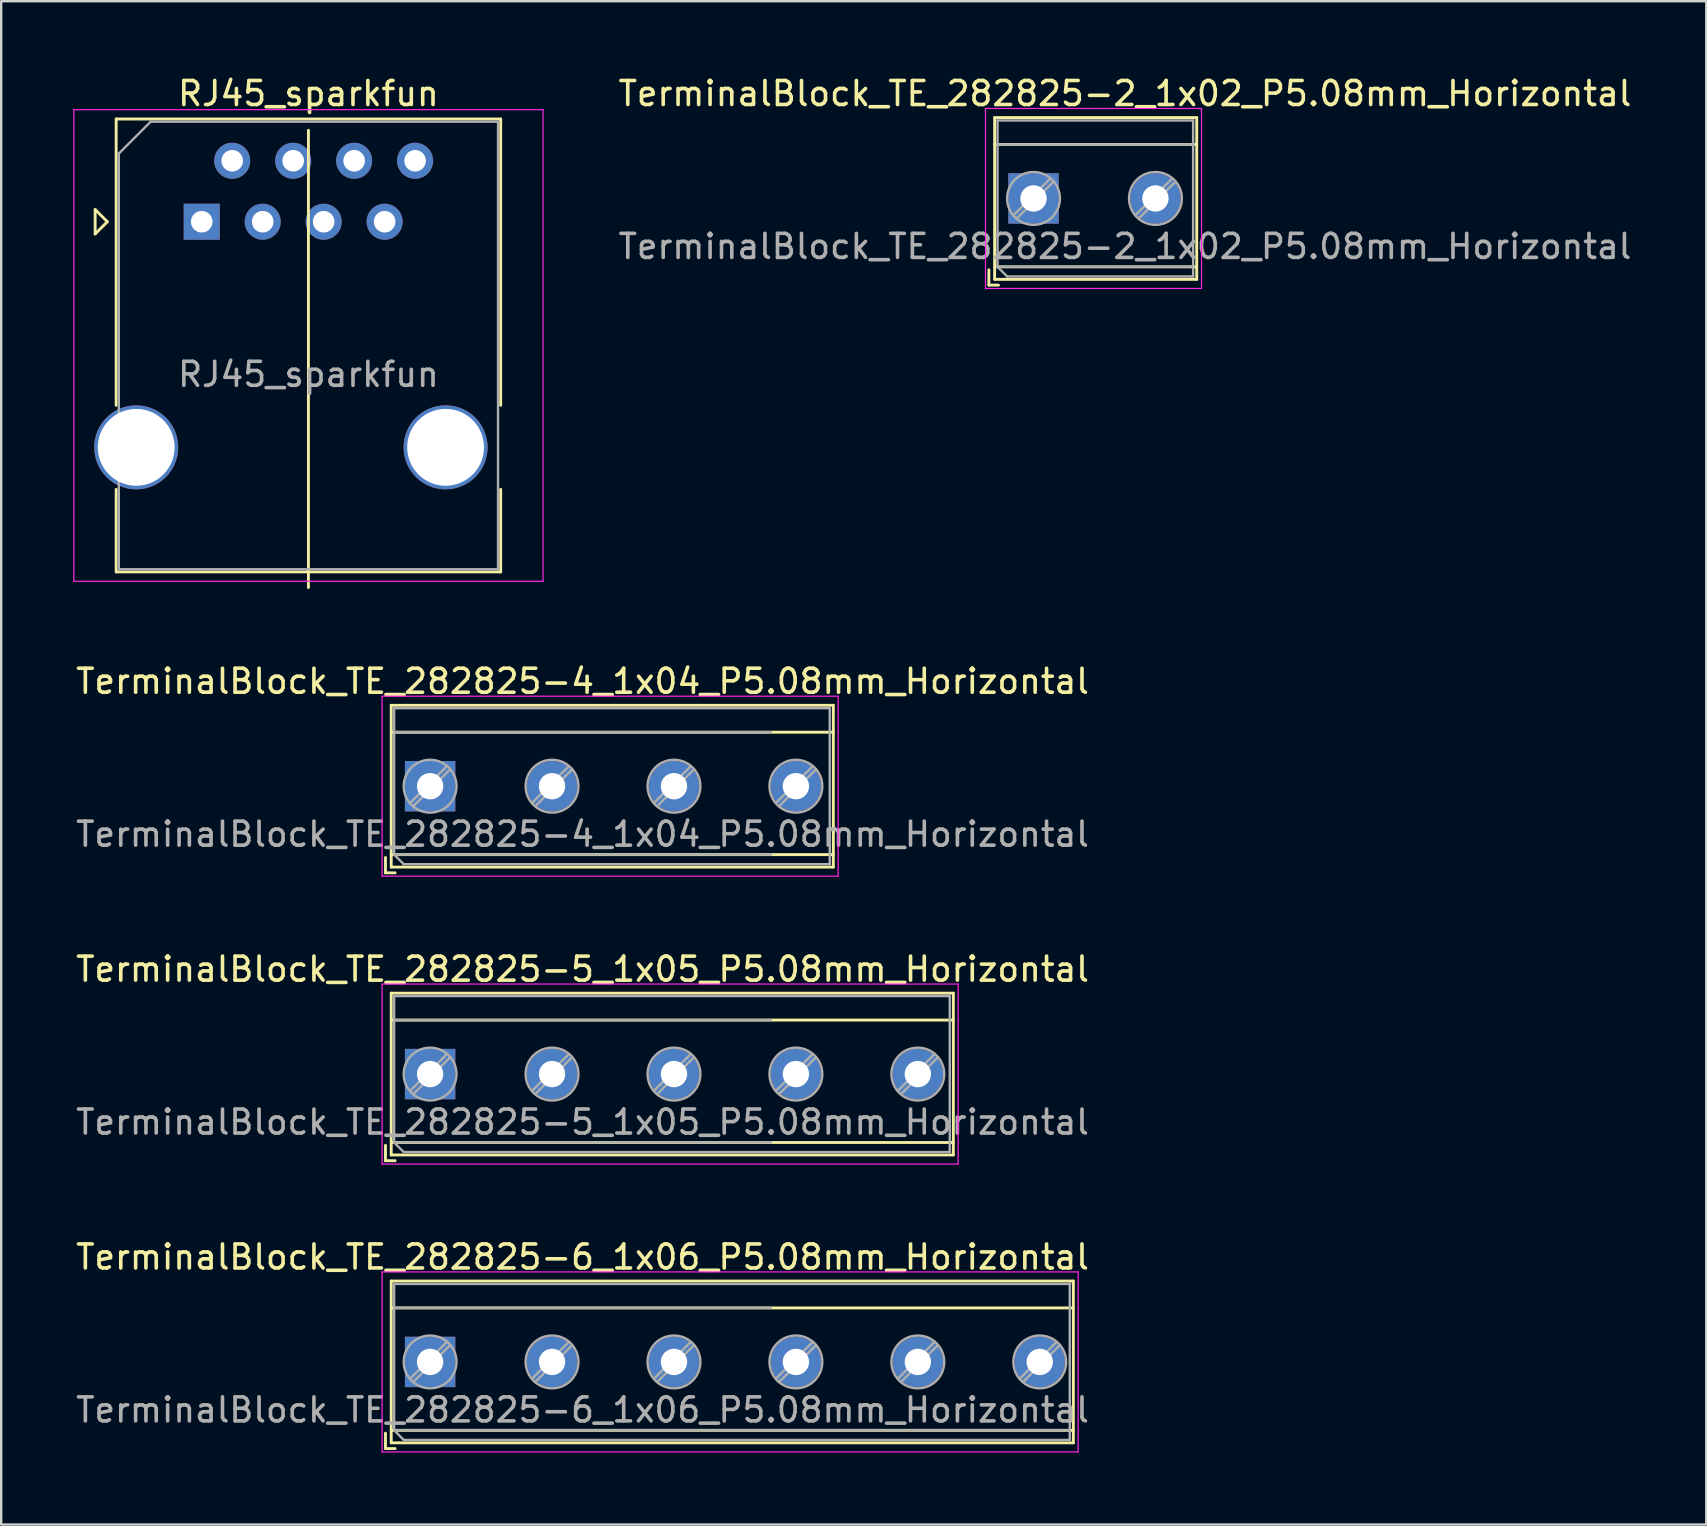
<source format=kicad_pcb>
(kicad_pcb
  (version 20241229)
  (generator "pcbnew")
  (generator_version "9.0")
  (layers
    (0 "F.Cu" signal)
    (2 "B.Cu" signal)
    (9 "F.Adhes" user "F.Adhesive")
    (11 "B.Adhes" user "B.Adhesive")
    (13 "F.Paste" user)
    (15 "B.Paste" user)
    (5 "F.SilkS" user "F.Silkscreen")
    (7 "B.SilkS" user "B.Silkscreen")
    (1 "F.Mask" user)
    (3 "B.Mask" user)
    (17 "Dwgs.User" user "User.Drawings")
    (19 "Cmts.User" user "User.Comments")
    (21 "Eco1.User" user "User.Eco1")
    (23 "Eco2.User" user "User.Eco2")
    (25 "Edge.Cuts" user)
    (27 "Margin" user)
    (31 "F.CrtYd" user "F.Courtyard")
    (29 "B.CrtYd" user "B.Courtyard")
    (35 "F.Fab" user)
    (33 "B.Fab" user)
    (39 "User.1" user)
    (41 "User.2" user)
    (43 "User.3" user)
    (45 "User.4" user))
  (footprint "RJ45_sparkfun"
    (layer "F.Cu")
    (at 5.355 6.188)
    (property "Reference" "RJ45_sparkfun" (at 4.445 -5.34 0) (layer "F.SilkS") (effects (font (size 1 1) (thickness 0.15))))
    (attr through_hole)
    (fp_line (start -4.441 -0.508) (end -4.441 0.508) (stroke (width 0.12) (type solid)) (layer "F.SilkS"))
    (fp_line (start -4.441 0.508) (end -3.933 0) (stroke (width 0.12) (type solid)) (layer "F.SilkS"))
    (fp_line (start -3.933 0) (end -4.441 -0.508) (stroke (width 0.12) (type solid)) (layer "F.SilkS"))
    (fp_line (start -3.565 -4.28) (end -3.565 7.65) (stroke (width 0.12) (type solid)) (layer "F.SilkS"))
    (fp_line (start -3.565 11.15) (end -3.565 14.59) (stroke (width 0.12) (type solid)) (layer "F.SilkS"))
    (fp_line (start 4.445 -3.81) (end 4.445 15.24) (stroke (width 0.12) (type solid)) (layer "F.SilkS"))
    (fp_line (start 12.455 -4.28) (end -3.565 -4.28) (stroke (width 0.12) (type solid)) (layer "F.SilkS"))
    (fp_line (start 12.455 -4.28) (end 12.455 7.65) (stroke (width 0.12) (type solid)) (layer "F.SilkS"))
    (fp_line (start 12.455 11.15) (end 12.455 14.59) (stroke (width 0.12) (type solid)) (layer "F.SilkS"))
    (fp_line (start 12.455 14.59) (end -3.565 14.59) (stroke (width 0.12) (type solid)) (layer "F.SilkS"))
    (fp_line (start -5.33 -4.67) (end 14.22 -4.67) (stroke (width 0.05) (type solid)) (layer "F.CrtYd"))
    (fp_line (start -5.33 14.98) (end -5.33 -4.67) (stroke (width 0.05) (type solid)) (layer "F.CrtYd"))
    (fp_line (start 14.22 -4.67) (end 14.22 14.98) (stroke (width 0.05) (type solid)) (layer "F.CrtYd"))
    (fp_line (start 14.22 14.98) (end -5.33 14.98) (stroke (width 0.05) (type solid)) (layer "F.CrtYd"))
    (fp_line (start -3.455 -2.84) (end -3.455 14.48) (stroke (width 0.1) (type solid)) (layer "F.Fab"))
    (fp_line (start -3.455 -2.84) (end -2.125 -4.17) (stroke (width 0.1) (type solid)) (layer "F.Fab"))
    (fp_line (start 12.345 -4.17) (end -2.125 -4.17) (stroke (width 0.1) (type solid)) (layer "F.Fab"))
    (fp_line (start 12.345 14.48) (end -3.455 14.48) (stroke (width 0.1) (type solid)) (layer "F.Fab"))
    (fp_line (start 12.345 14.48) (end 12.345 -4.17) (stroke (width 0.1) (type solid)) (layer "F.Fab"))
    (fp_text user "${REFERENCE}" (at 4.445 6.36 0) (layer "F.Fab") (effects (font (size 1 1) (thickness 0.15))))
    (pad "1" thru_hole rect (at 0 0 180) (size 1.5 1.5) (drill 0.9) (layers "*.Cu" "*.Mask"))
    (pad "2" thru_hole circle (at 1.27 -2.54 180) (size 1.5 1.5) (drill 0.9) (layers "*.Cu" "*.Mask"))
    (pad "3" thru_hole circle (at 2.54 0 180) (size 1.5 1.5) (drill 0.9) (layers "*.Cu" "*.Mask"))
    (pad "4" thru_hole circle (at 3.81 -2.54 180) (size 1.5 1.5) (drill 0.9) (layers "*.Cu" "*.Mask"))
    (pad "5" thru_hole circle (at 5.08 0 180) (size 1.5 1.5) (drill 0.9) (layers "*.Cu" "*.Mask"))
    (pad "6" thru_hole circle (at 6.35 -2.54 180) (size 1.5 1.5) (drill 0.9) (layers "*.Cu" "*.Mask"))
    (pad "7" thru_hole circle (at 7.62 0 180) (size 1.5 1.5) (drill 0.9) (layers "*.Cu" "*.Mask"))
    (pad "8" thru_hole circle (at 8.89 -2.54 180) (size 1.5 1.5) (drill 0.9) (layers "*.Cu" "*.Mask"))
    (pad "SH" thru_hole circle (at -2.73 9.4) (size 3.5 3.5) (drill 3.2) (layers "*.Cu" "*.Mask"))
    (pad "SH" thru_hole circle (at 10.16 9.4 180) (size 3.5 3.5) (drill 3.2) (layers "*.Cu" "*.Mask")))
  (footprint "TerminalBlock_TE_282825-2_1x02_P5.08mm_Horizontal"
    (layer "F.Cu")
    (at 40.01 5.218)
    (property "Reference" "TerminalBlock_TE_282825-2_1x02_P5.08mm_Horizontal" (at 3.81 -4.37 0) (layer "F.SilkS") (effects (font (size 1 1) (thickness 0.15))))
    (attr through_hole)
    (fp_line (start -1.86 2.97) (end -1.86 3.61) (stroke (width 0.12) (type solid)) (layer "F.SilkS"))
    (fp_line (start -1.86 3.61) (end -1.46 3.61) (stroke (width 0.12) (type solid)) (layer "F.SilkS"))
    (fp_line (start -1.62 -3.37) (end -1.62 3.37) (stroke (width 0.12) (type solid)) (layer "F.SilkS"))
    (fp_line (start -1.62 -3.37) (end 6.8 -3.37) (stroke (width 0.12) (type solid)) (layer "F.SilkS"))
    (fp_line (start -1.62 -2.25) (end 6.8 -2.25) (stroke (width 0.12) (type solid)) (layer "F.SilkS"))
    (fp_line (start -1.62 2.85) (end 6.8 2.85) (stroke (width 0.12) (type solid)) (layer "F.SilkS"))
    (fp_line (start -1.62 3.37) (end 6.8 3.37) (stroke (width 0.12) (type solid)) (layer "F.SilkS"))
    (fp_line (start 6.8 -3.37) (end 6.8 3.37) (stroke (width 0.12) (type solid)) (layer "F.SilkS"))
    (fp_line (start -2 -3.75) (end -2 3.75) (stroke (width 0.05) (type solid)) (layer "F.CrtYd"))
    (fp_line (start -2 3.75) (end 7 3.75) (stroke (width 0.05) (type solid)) (layer "F.CrtYd"))
    (fp_line (start 7 -3.75) (end -2 -3.75) (stroke (width 0.05) (type solid)) (layer "F.CrtYd"))
    (fp_line (start 7 3.75) (end 7 -3.75) (stroke (width 0.05) (type solid)) (layer "F.CrtYd"))
    (fp_line (start -1.5 -3.25) (end 6.65 -3.25) (stroke (width 0.1) (type solid)) (layer "F.Fab"))
    (fp_line (start -1.5 -2.25) (end 6.65 -2.25) (stroke (width 0.1) (type solid)) (layer "F.Fab"))
    (fp_line (start -1.5 2.85) (end -1.5 -3.25) (stroke (width 0.1) (type solid)) (layer "F.Fab"))
    (fp_line (start -1.5 2.85) (end 6.65 2.85) (stroke (width 0.1) (type solid)) (layer "F.Fab"))
    (fp_line (start -1.1 3.25) (end -1.5 2.85) (stroke (width 0.1) (type solid)) (layer "F.Fab"))
    (fp_line (start 0.701 -0.835) (end -0.835 0.7) (stroke (width 0.1) (type solid)) (layer "F.Fab"))
    (fp_line (start 0.835 -0.7) (end -0.701 0.835) (stroke (width 0.1) (type solid)) (layer "F.Fab"))
    (fp_line (start 5.781 -0.835) (end 4.246 0.7) (stroke (width 0.1) (type solid)) (layer "F.Fab"))
    (fp_line (start 5.915 -0.7) (end 4.38 0.835) (stroke (width 0.1) (type solid)) (layer "F.Fab"))
    (fp_line (start 6.65 -3.25) (end 6.65 3.25) (stroke (width 0.1) (type solid)) (layer "F.Fab"))
    (fp_line (start 6.65 3.25) (end -1.1 3.25) (stroke (width 0.1) (type solid)) (layer "F.Fab"))
    (fp_circle (center 0 0) (end 1.1 0) (stroke (width 0.1) (type solid)) (fill no) (layer "F.Fab"))
    (fp_circle (center 5.08 0) (end 6.18 0) (stroke (width 0.1) (type solid)) (fill no) (layer "F.Fab"))
    (fp_text user "${REFERENCE}" (at 3.81 2 0) (layer "F.Fab") (effects (font (size 1 1) (thickness 0.15))))
    (pad "1" thru_hole rect (at 0 0) (size 2.1 2.1) (drill 1.1) (layers "*.Cu" "*.Mask"))
    (pad "2" thru_hole circle (at 5.08 0) (size 2.1 2.1) (drill 1.1) (layers "*.Cu" "*.Mask")))
  (footprint "TerminalBlock_TE_282825-5_1x05_P5.08mm_Horizontal"
    (layer "F.Cu")
    (at 14.87 41.7)
    (property "Reference" "TerminalBlock_TE_282825-5_1x05_P5.08mm_Horizontal" (at 6.35 -4.37 0) (layer "F.SilkS") (effects (font (size 1 1) (thickness 0.15))))
    (attr through_hole)
    (fp_line (start -1.86 2.97) (end -1.86 3.61) (stroke (width 0.12) (type solid)) (layer "F.SilkS"))
    (fp_line (start -1.86 3.61) (end -1.46 3.61) (stroke (width 0.12) (type solid)) (layer "F.SilkS"))
    (fp_line (start -1.62 -3.37) (end -1.62 3.37) (stroke (width 0.12) (type solid)) (layer "F.SilkS"))
    (fp_line (start -1.62 -3.37) (end 21.8 -3.37) (stroke (width 0.12) (type solid)) (layer "F.SilkS"))
    (fp_line (start -1.62 -2.25) (end 21.8 -2.25) (stroke (width 0.12) (type solid)) (layer "F.SilkS"))
    (fp_line (start -1.62 2.85) (end 21.8 2.85) (stroke (width 0.12) (type solid)) (layer "F.SilkS"))
    (fp_line (start -1.62 3.37) (end 21.8 3.37) (stroke (width 0.12) (type solid)) (layer "F.SilkS"))
    (fp_line (start 21.8 -3.37) (end 21.8 3.37) (stroke (width 0.12) (type solid)) (layer "F.SilkS"))
    (fp_line (start -2 -3.75) (end -2 3.75) (stroke (width 0.05) (type solid)) (layer "F.CrtYd"))
    (fp_line (start -2 3.75) (end 22 3.75) (stroke (width 0.05) (type solid)) (layer "F.CrtYd"))
    (fp_line (start 22 -3.75) (end -2 -3.75) (stroke (width 0.05) (type solid)) (layer "F.CrtYd"))
    (fp_line (start 22 3.75) (end 22 -3.75) (stroke (width 0.05) (type solid)) (layer "F.CrtYd"))
    (fp_line (start -1.5 -3.25) (end 21.65 -3.25) (stroke (width 0.1) (type solid)) (layer "F.Fab"))
    (fp_line (start -1.5 -2.25) (end 14.2 -2.25) (stroke (width 0.1) (type solid)) (layer "F.Fab"))
    (fp_line (start -1.5 2.85) (end -1.5 -3.25) (stroke (width 0.1) (type solid)) (layer "F.Fab"))
    (fp_line (start -1.5 2.85) (end 14.2 2.85) (stroke (width 0.1) (type solid)) (layer "F.Fab"))
    (fp_line (start -1.1 3.25) (end -1.5 2.85) (stroke (width 0.1) (type solid)) (layer "F.Fab"))
    (fp_line (start 0.701 -0.835) (end -0.835 0.7) (stroke (width 0.1) (type solid)) (layer "F.Fab"))
    (fp_line (start 0.835 -0.7) (end -0.701 0.835) (stroke (width 0.1) (type solid)) (layer "F.Fab"))
    (fp_line (start 5.781 -0.835) (end 4.246 0.7) (stroke (width 0.1) (type solid)) (layer "F.Fab"))
    (fp_line (start 5.915 -0.7) (end 4.38 0.835) (stroke (width 0.1) (type solid)) (layer "F.Fab"))
    (fp_line (start 10.861 -0.835) (end 9.326 0.7) (stroke (width 0.1) (type solid)) (layer "F.Fab"))
    (fp_line (start 10.995 -0.7) (end 9.46 0.835) (stroke (width 0.1) (type solid)) (layer "F.Fab"))
    (fp_line (start 15.941 -0.835) (end 14.406 0.7) (stroke (width 0.1) (type solid)) (layer "F.Fab"))
    (fp_line (start 16.075 -0.7) (end 14.54 0.835) (stroke (width 0.1) (type solid)) (layer "F.Fab"))
    (fp_line (start 21.021 -0.835) (end 19.486 0.7) (stroke (width 0.1) (type solid)) (layer "F.Fab"))
    (fp_line (start 21.155 -0.7) (end 19.62 0.835) (stroke (width 0.1) (type solid)) (layer "F.Fab"))
    (fp_line (start 21.65 -3.25) (end 21.65 3.25) (stroke (width 0.1) (type solid)) (layer "F.Fab"))
    (fp_line (start 21.65 3.25) (end -1.1 3.25) (stroke (width 0.1) (type solid)) (layer "F.Fab"))
    (fp_circle (center 0 0) (end 1.1 0) (stroke (width 0.1) (type solid)) (fill no) (layer "F.Fab"))
    (fp_circle (center 5.08 0) (end 6.18 0) (stroke (width 0.1) (type solid)) (fill no) (layer "F.Fab"))
    (fp_circle (center 10.16 0) (end 11.26 0) (stroke (width 0.1) (type solid)) (fill no) (layer "F.Fab"))
    (fp_circle (center 15.24 0) (end 16.34 0) (stroke (width 0.1) (type solid)) (fill no) (layer "F.Fab"))
    (fp_circle (center 20.32 0) (end 21.42 0) (stroke (width 0.1) (type solid)) (fill no) (layer "F.Fab"))
    (fp_text user "${REFERENCE}" (at 6.35 2 0) (layer "F.Fab") (effects (font (size 1 1) (thickness 0.15))))
    (pad "1" thru_hole rect (at 0 0) (size 2.1 2.1) (drill 1.1) (layers "*.Cu" "*.Mask"))
    (pad "2" thru_hole circle (at 5.08 0) (size 2.1 2.1) (drill 1.1) (layers "*.Cu" "*.Mask"))
    (pad "3" thru_hole circle (at 10.16 0) (size 2.1 2.1) (drill 1.1) (layers "*.Cu" "*.Mask"))
    (pad "4" thru_hole circle (at 15.24 0) (size 2.1 2.1) (drill 1.1) (layers "*.Cu" "*.Mask"))
    (pad "5" thru_hole circle (at 20.32 0) (size 2.1 2.1) (drill 1.1) (layers "*.Cu" "*.Mask")))
  (footprint "TerminalBlock_TE_282825-4_1x04_P5.08mm_Horizontal"
    (layer "F.Cu")
    (at 14.87 29.706)
    (property "Reference" "TerminalBlock_TE_282825-4_1x04_P5.08mm_Horizontal" (at 6.35 -4.37 0) (layer "F.SilkS") (effects (font (size 1 1) (thickness 0.15))))
    (attr through_hole)
    (fp_line (start -1.86 2.97) (end -1.86 3.61) (stroke (width 0.12) (type solid)) (layer "F.SilkS"))
    (fp_line (start -1.86 3.61) (end -1.46 3.61) (stroke (width 0.12) (type solid)) (layer "F.SilkS"))
    (fp_line (start -1.62 -3.37) (end -1.62 3.37) (stroke (width 0.12) (type solid)) (layer "F.SilkS"))
    (fp_line (start -1.62 -3.37) (end 16.8 -3.37) (stroke (width 0.12) (type solid)) (layer "F.SilkS"))
    (fp_line (start -1.62 -2.25) (end 16.8 -2.25) (stroke (width 0.12) (type solid)) (layer "F.SilkS"))
    (fp_line (start -1.62 2.85) (end 16.8 2.85) (stroke (width 0.12) (type solid)) (layer "F.SilkS"))
    (fp_line (start -1.62 3.37) (end 16.8 3.37) (stroke (width 0.12) (type solid)) (layer "F.SilkS"))
    (fp_line (start 16.8 -3.37) (end 16.8 3.37) (stroke (width 0.12) (type solid)) (layer "F.SilkS"))
    (fp_line (start -2 -3.75) (end -2 3.75) (stroke (width 0.05) (type solid)) (layer "F.CrtYd"))
    (fp_line (start -2 3.75) (end 17 3.75) (stroke (width 0.05) (type solid)) (layer "F.CrtYd"))
    (fp_line (start 17 -3.75) (end -2 -3.75) (stroke (width 0.05) (type solid)) (layer "F.CrtYd"))
    (fp_line (start 17 3.75) (end 17 -3.75) (stroke (width 0.05) (type solid)) (layer "F.CrtYd"))
    (fp_line (start -1.5 -3.25) (end 16.65 -3.25) (stroke (width 0.1) (type solid)) (layer "F.Fab"))
    (fp_line (start -1.5 -2.25) (end 14.2 -2.25) (stroke (width 0.1) (type solid)) (layer "F.Fab"))
    (fp_line (start -1.5 2.85) (end -1.5 -3.25) (stroke (width 0.1) (type solid)) (layer "F.Fab"))
    (fp_line (start -1.5 2.85) (end 14.2 2.85) (stroke (width 0.1) (type solid)) (layer "F.Fab"))
    (fp_line (start -1.1 3.25) (end -1.5 2.85) (stroke (width 0.1) (type solid)) (layer "F.Fab"))
    (fp_line (start 0.701 -0.835) (end -0.835 0.7) (stroke (width 0.1) (type solid)) (layer "F.Fab"))
    (fp_line (start 0.835 -0.7) (end -0.701 0.835) (stroke (width 0.1) (type solid)) (layer "F.Fab"))
    (fp_line (start 5.781 -0.835) (end 4.246 0.7) (stroke (width 0.1) (type solid)) (layer "F.Fab"))
    (fp_line (start 5.915 -0.7) (end 4.38 0.835) (stroke (width 0.1) (type solid)) (layer "F.Fab"))
    (fp_line (start 10.861 -0.835) (end 9.326 0.7) (stroke (width 0.1) (type solid)) (layer "F.Fab"))
    (fp_line (start 10.995 -0.7) (end 9.46 0.835) (stroke (width 0.1) (type solid)) (layer "F.Fab"))
    (fp_line (start 15.941 -0.835) (end 14.406 0.7) (stroke (width 0.1) (type solid)) (layer "F.Fab"))
    (fp_line (start 16.075 -0.7) (end 14.54 0.835) (stroke (width 0.1) (type solid)) (layer "F.Fab"))
    (fp_line (start 16.65 -3.25) (end 16.65 3.25) (stroke (width 0.1) (type solid)) (layer "F.Fab"))
    (fp_line (start 16.65 3.25) (end -1.1 3.25) (stroke (width 0.1) (type solid)) (layer "F.Fab"))
    (fp_circle (center 0 0) (end 1.1 0) (stroke (width 0.1) (type solid)) (fill no) (layer "F.Fab"))
    (fp_circle (center 5.08 0) (end 6.18 0) (stroke (width 0.1) (type solid)) (fill no) (layer "F.Fab"))
    (fp_circle (center 10.16 0) (end 11.26 0) (stroke (width 0.1) (type solid)) (fill no) (layer "F.Fab"))
    (fp_circle (center 15.24 0) (end 16.34 0) (stroke (width 0.1) (type solid)) (fill no) (layer "F.Fab"))
    (fp_text user "${REFERENCE}" (at 6.35 2 0) (layer "F.Fab") (effects (font (size 1 1) (thickness 0.15))))
    (pad "1" thru_hole rect (at 0 0) (size 2.1 2.1) (drill 1.1) (layers "*.Cu" "*.Mask"))
    (pad "2" thru_hole circle (at 5.08 0) (size 2.1 2.1) (drill 1.1) (layers "*.Cu" "*.Mask"))
    (pad "3" thru_hole circle (at 10.16 0) (size 2.1 2.1) (drill 1.1) (layers "*.Cu" "*.Mask"))
    (pad "4" thru_hole circle (at 15.24 0) (size 2.1 2.1) (drill 1.1) (layers "*.Cu" "*.Mask")))
  (footprint "TerminalBlock_TE_282825-6_1x06_P5.08mm_Horizontal"
    (layer "F.Cu")
    (at 14.87 53.693)
    (property "Reference" "TerminalBlock_TE_282825-6_1x06_P5.08mm_Horizontal" (at 6.35 -4.37 0) (layer "F.SilkS") (effects (font (size 1 1) (thickness 0.15))))
    (attr through_hole)
    (fp_line (start -1.86 2.97) (end -1.86 3.61) (stroke (width 0.12) (type solid)) (layer "F.SilkS"))
    (fp_line (start -1.86 3.61) (end -1.46 3.61) (stroke (width 0.12) (type solid)) (layer "F.SilkS"))
    (fp_line (start -1.62 -3.37) (end -1.62 3.37) (stroke (width 0.12) (type solid)) (layer "F.SilkS"))
    (fp_line (start -1.62 -3.37) (end 26.8 -3.37) (stroke (width 0.12) (type solid)) (layer "F.SilkS"))
    (fp_line (start -1.62 -2.25) (end 26.8 -2.25) (stroke (width 0.12) (type solid)) (layer "F.SilkS"))
    (fp_line (start -1.62 2.85) (end 26.8 2.85) (stroke (width 0.12) (type solid)) (layer "F.SilkS"))
    (fp_line (start -1.62 3.37) (end 26.8 3.37) (stroke (width 0.12) (type solid)) (layer "F.SilkS"))
    (fp_line (start 26.8 -3.37) (end 26.8 3.37) (stroke (width 0.12) (type solid)) (layer "F.SilkS"))
    (fp_line (start -2 -3.75) (end -2 3.75) (stroke (width 0.05) (type solid)) (layer "F.CrtYd"))
    (fp_line (start -2 3.75) (end 27 3.75) (stroke (width 0.05) (type solid)) (layer "F.CrtYd"))
    (fp_line (start 27 -3.75) (end -2 -3.75) (stroke (width 0.05) (type solid)) (layer "F.CrtYd"))
    (fp_line (start 27 3.75) (end 27 -3.75) (stroke (width 0.05) (type solid)) (layer "F.CrtYd"))
    (fp_line (start -1.5 -3.25) (end 26.67 -3.25) (stroke (width 0.1) (type solid)) (layer "F.Fab"))
    (fp_line (start -1.5 -2.25) (end 14.2 -2.25) (stroke (width 0.1) (type solid)) (layer "F.Fab"))
    (fp_line (start -1.5 2.85) (end -1.5 -3.25) (stroke (width 0.1) (type solid)) (layer "F.Fab"))
    (fp_line (start -1.5 2.85) (end 26.65 2.85) (stroke (width 0.1) (type solid)) (layer "F.Fab"))
    (fp_line (start -1.1 3.25) (end -1.5 2.85) (stroke (width 0.1) (type solid)) (layer "F.Fab"))
    (fp_line (start 0.701 -0.835) (end -0.835 0.7) (stroke (width 0.1) (type solid)) (layer "F.Fab"))
    (fp_line (start 0.835 -0.7) (end -0.701 0.835) (stroke (width 0.1) (type solid)) (layer "F.Fab"))
    (fp_line (start 5.781 -0.835) (end 4.246 0.7) (stroke (width 0.1) (type solid)) (layer "F.Fab"))
    (fp_line (start 5.915 -0.7) (end 4.38 0.835) (stroke (width 0.1) (type solid)) (layer "F.Fab"))
    (fp_line (start 10.861 -0.835) (end 9.326 0.7) (stroke (width 0.1) (type solid)) (layer "F.Fab"))
    (fp_line (start 10.995 -0.7) (end 9.46 0.835) (stroke (width 0.1) (type solid)) (layer "F.Fab"))
    (fp_line (start 15.941 -0.835) (end 14.406 0.7) (stroke (width 0.1) (type solid)) (layer "F.Fab"))
    (fp_line (start 16.075 -0.7) (end 14.54 0.835) (stroke (width 0.1) (type solid)) (layer "F.Fab"))
    (fp_line (start 21.021 -0.835) (end 19.486 0.7) (stroke (width 0.1) (type solid)) (layer "F.Fab"))
    (fp_line (start 21.155 -0.7) (end 19.62 0.835) (stroke (width 0.1) (type solid)) (layer "F.Fab"))
    (fp_line (start 26.101 -0.835) (end 24.566 0.7) (stroke (width 0.1) (type solid)) (layer "F.Fab"))
    (fp_line (start 26.235 -0.7) (end 24.7 0.835) (stroke (width 0.1) (type solid)) (layer "F.Fab"))
    (fp_line (start 26.65 -3.25) (end 26.65 3.25) (stroke (width 0.1) (type solid)) (layer "F.Fab"))
    (fp_line (start 26.65 3.25) (end -1.1 3.25) (stroke (width 0.1) (type solid)) (layer "F.Fab"))
    (fp_circle (center 0 0) (end 1.1 0) (stroke (width 0.1) (type solid)) (fill no) (layer "F.Fab"))
    (fp_circle (center 5.08 0) (end 6.18 0) (stroke (width 0.1) (type solid)) (fill no) (layer "F.Fab"))
    (fp_circle (center 10.16 0) (end 11.26 0) (stroke (width 0.1) (type solid)) (fill no) (layer "F.Fab"))
    (fp_circle (center 15.24 0) (end 16.34 0) (stroke (width 0.1) (type solid)) (fill no) (layer "F.Fab"))
    (fp_circle (center 20.32 0) (end 21.42 0) (stroke (width 0.1) (type solid)) (fill no) (layer "F.Fab"))
    (fp_circle (center 25.4 0) (end 26.5 0) (stroke (width 0.1) (type solid)) (fill no) (layer "F.Fab"))
    (fp_text user "${REFERENCE}" (at 6.35 2 0) (layer "F.Fab") (effects (font (size 1 1) (thickness 0.15))))
    (pad "1" thru_hole rect (at 0 0) (size 2.1 2.1) (drill 1.1) (layers "*.Cu" "*.Mask"))
    (pad "2" thru_hole circle (at 5.08 0) (size 2.1 2.1) (drill 1.1) (layers "*.Cu" "*.Mask"))
    (pad "3" thru_hole circle (at 10.16 0) (size 2.1 2.1) (drill 1.1) (layers "*.Cu" "*.Mask"))
    (pad "4" thru_hole circle (at 15.24 0) (size 2.1 2.1) (drill 1.1) (layers "*.Cu" "*.Mask"))
    (pad "5" thru_hole circle (at 20.32 0) (size 2.1 2.1) (drill 1.1) (layers "*.Cu" "*.Mask"))
    (pad "6" thru_hole circle (at 25.4 0) (size 2.1 2.1) (drill 1.1) (layers "*.Cu" "*.Mask")))
  (gr_rect
    (start -3 -3)
    (end 68.04 60.468)
    (stroke (width 0.1) (type default))
    (fill no)
    (layer "Edge.Cuts")))
</source>
